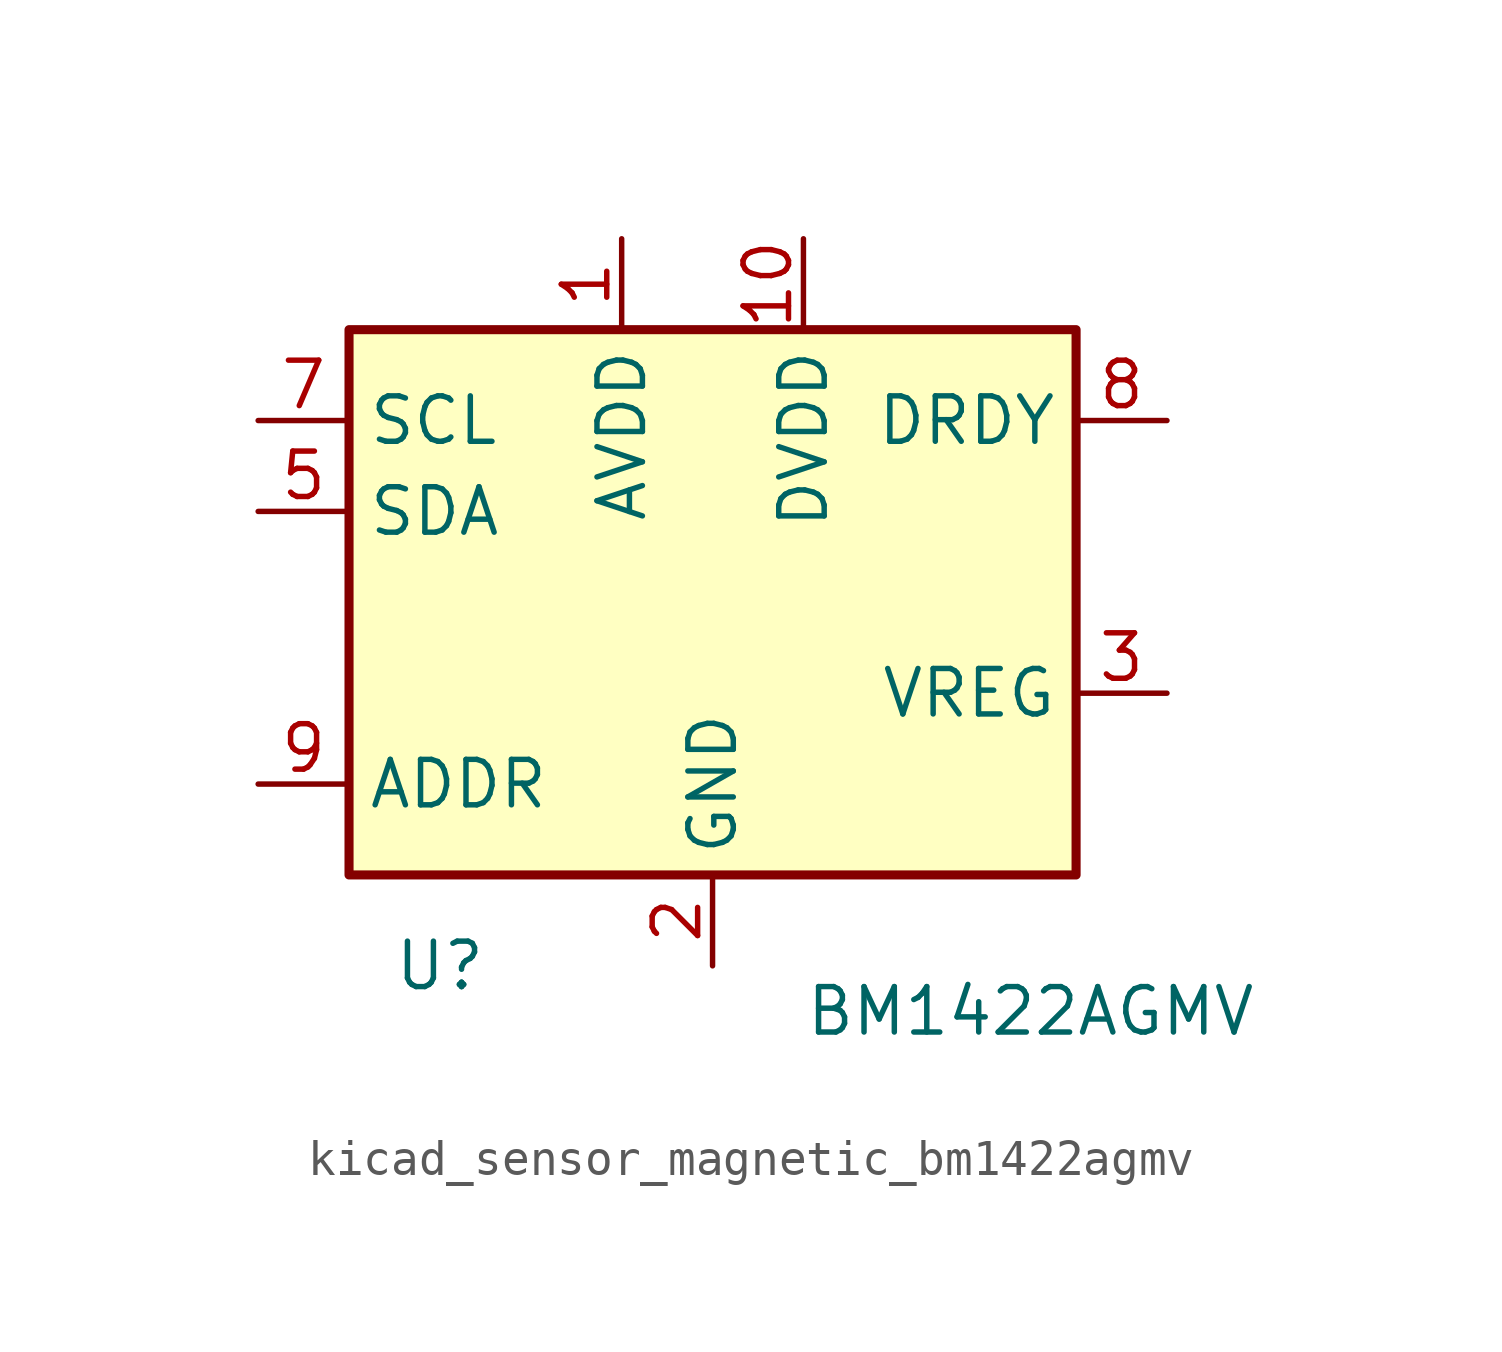
<source format=kicad_sym>
(kicad_symbol_lib
  (version 20220914)
  (generator kicad_symbol_editor)
  (symbol "kicad_sensor_magnetic_bm1422agmv"
    (property "Reference" "U"
      (at -7.62 -10.16 0)
      (effects (font (size 1.27 1.27))))
    (property "Value" "BM1422AGMV"
      (at 8.89 -11.43 0)
      (effects (font (size 1.27 1.27))))
    (symbol "kicad_sensor_magnetic_bm1422agmv_0_1"
      (rectangle (start -10.16 7.62) (end 10.16 -7.62) (stroke (width 0.254) (type default) (color 0 0 0 0)) (fill (type background))))
    (symbol "kicad_sensor_magnetic_bm1422agmv_1_1"
      (pin power_in line (at -2.54 10.16 270) (length 2.54) (name "AVDD" (effects (font (size 1.27 1.27)))) (number "1" (effects (font (size 1.27 1.27)))))
      (pin power_in line (at 2.54 10.16 270) (length 2.54) (name "DVDD" (effects (font (size 1.27 1.27)))) (number "10" (effects (font (size 1.27 1.27)))))
      (pin power_in line (at 0 -10.16 90) (length 2.54) (name "GND" (effects (font (size 1.27 1.27)))) (number "2" (effects (font (size 1.27 1.27)))))
      (pin passive line (at 12.7 -2.54 180) (length 2.54) (name "VREG" (effects (font (size 1.27 1.27)))) (number "3" (effects (font (size 1.27 1.27)))))
      (pin no_connect line (at 12.7 2.54 180) (length 2.54) hide (name "TEST1" (effects (font (size 1.27 1.27)))) (number "4" (effects (font (size 1.27 1.27)))))
      (pin bidirectional line (at -12.7 2.54 0) (length 2.54) (name "SDA" (effects (font (size 1.27 1.27)))) (number "5" (effects (font (size 1.27 1.27)))))
      (pin no_connect line (at 12.7 0 180) (length 2.54) hide (name "TEST2" (effects (font (size 1.27 1.27)))) (number "6" (effects (font (size 1.27 1.27)))))
      (pin input line (at -12.7 5.08 0) (length 2.54) (name "SCL" (effects (font (size 1.27 1.27)))) (number "7" (effects (font (size 1.27 1.27)))))
      (pin output line (at 12.7 5.08 180) (length 2.54) (name "DRDY" (effects (font (size 1.27 1.27)))) (number "8" (effects (font (size 1.27 1.27)))))
      (pin input line (at -12.7 -5.08 0) (length 2.54) (name "ADDR" (effects (font (size 1.27 1.27)))) (number "9" (effects (font (size 1.27 1.27))))))))
</source>
